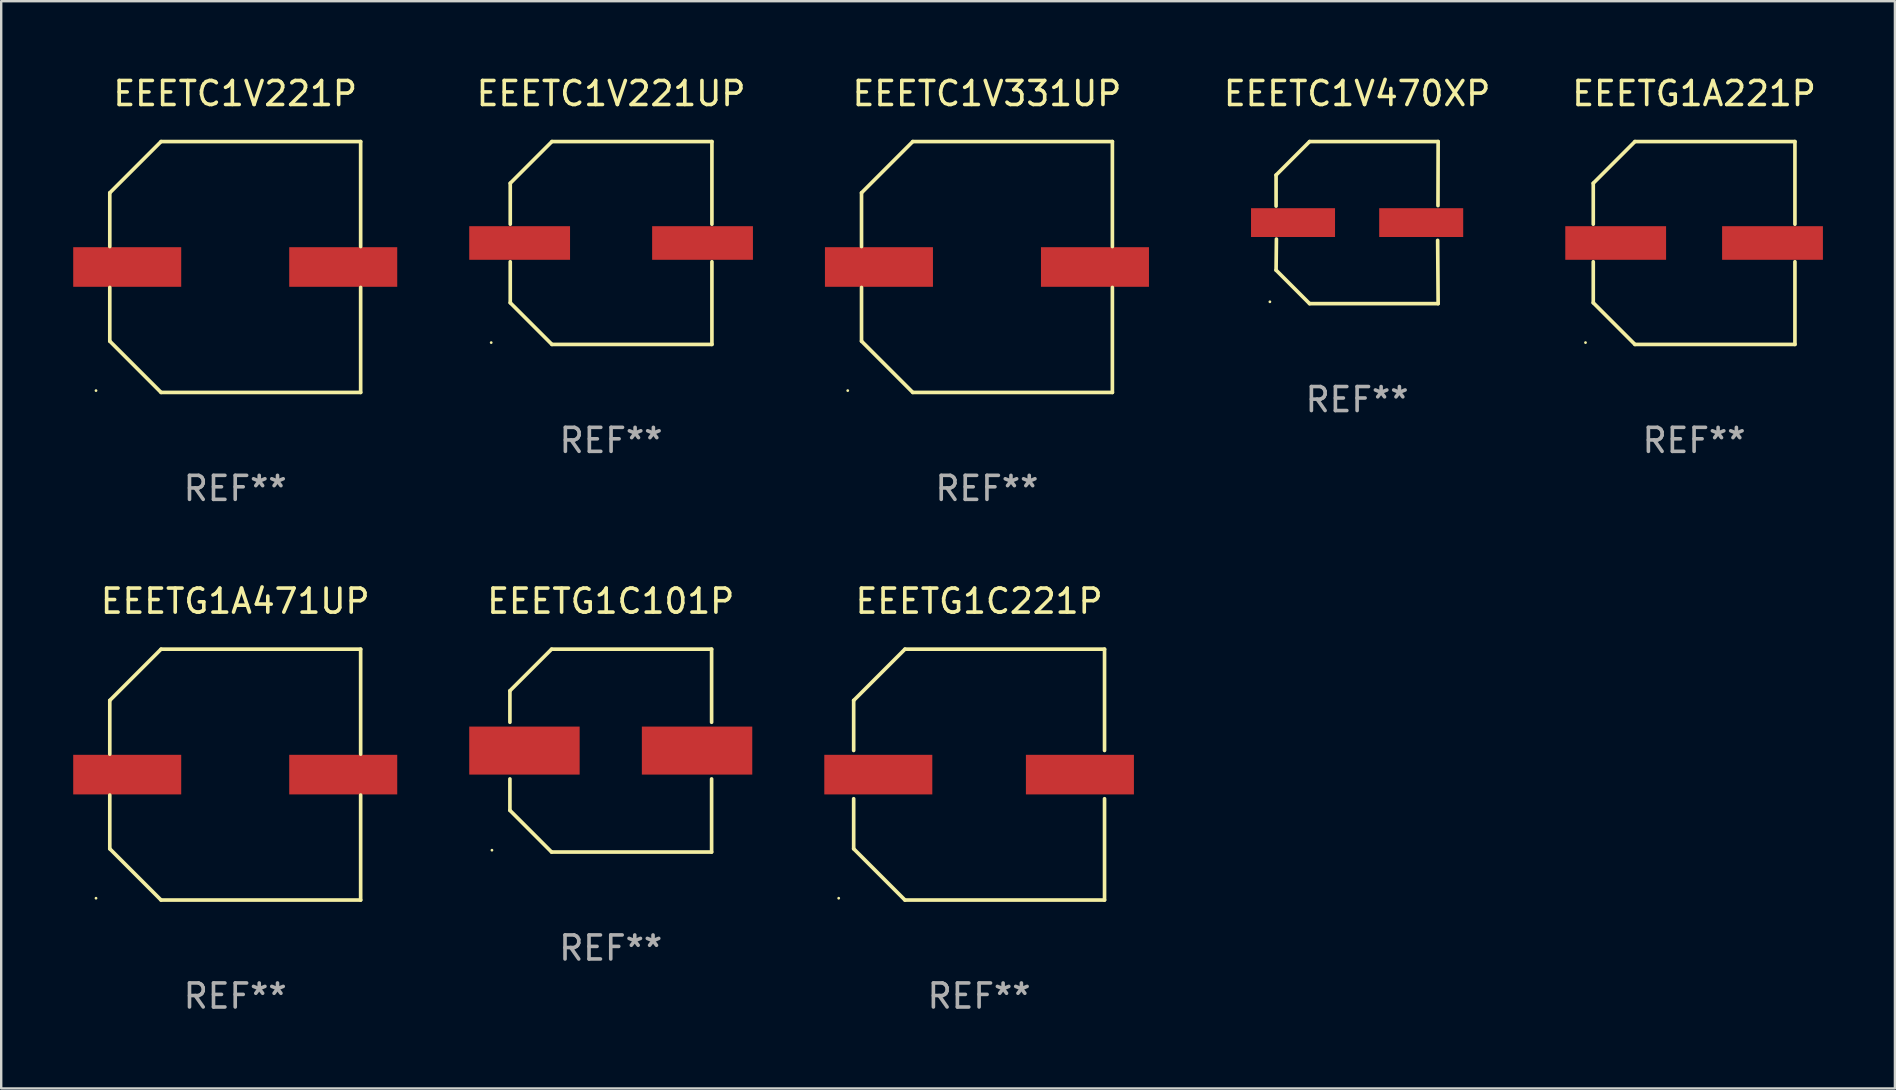
<source format=kicad_pcb>
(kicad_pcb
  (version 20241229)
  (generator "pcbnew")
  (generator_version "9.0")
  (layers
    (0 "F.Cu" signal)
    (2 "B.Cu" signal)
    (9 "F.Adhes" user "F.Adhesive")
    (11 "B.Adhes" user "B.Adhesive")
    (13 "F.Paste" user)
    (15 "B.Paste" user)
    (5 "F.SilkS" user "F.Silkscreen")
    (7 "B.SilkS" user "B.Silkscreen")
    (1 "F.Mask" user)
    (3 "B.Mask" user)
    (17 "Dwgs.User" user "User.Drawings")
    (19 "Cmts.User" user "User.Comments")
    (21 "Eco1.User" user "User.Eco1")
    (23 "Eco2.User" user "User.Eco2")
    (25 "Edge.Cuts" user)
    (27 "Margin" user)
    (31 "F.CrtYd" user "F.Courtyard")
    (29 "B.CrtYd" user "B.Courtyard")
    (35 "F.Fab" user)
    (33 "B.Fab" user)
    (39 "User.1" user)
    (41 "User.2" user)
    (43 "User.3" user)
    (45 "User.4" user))
  (footprint "EEETG1A471UP"
    (layer "F.Cu")
    (at 6.75 29.223)
    (property "Reference" "EEETG1A471UP" (at 0 -7.226 0) (layer "F.SilkS") (effects (font (size 1 1) (thickness 0.15))))
    (attr through_hole)
    (fp_line (start -5.226 -3.09) (end -5.226 -0.852) (stroke (width 0.152) (type solid)) (layer "F.SilkS"))
    (fp_line (start -5.226 3.09) (end -5.226 0.852) (stroke (width 0.152) (type solid)) (layer "F.SilkS"))
    (fp_line (start -3.09 -5.226) (end -5.226 -3.09) (stroke (width 0.152) (type solid)) (layer "F.SilkS"))
    (fp_line (start -3.09 5.226) (end -5.226 3.09) (stroke (width 0.152) (type solid)) (layer "F.SilkS"))
    (fp_line (start 5.226 -5.226) (end -3.09 -5.226) (stroke (width 0.152) (type solid)) (layer "F.SilkS"))
    (fp_line (start 5.226 -0.852) (end 5.226 -5.226) (stroke (width 0.152) (type solid)) (layer "F.SilkS"))
    (fp_line (start 5.226 0.852) (end 5.226 5.226) (stroke (width 0.152) (type solid)) (layer "F.SilkS"))
    (fp_line (start 5.226 5.226) (end -3.09 5.226) (stroke (width 0.152) (type solid)) (layer "F.SilkS"))
    (fp_circle (center -5.8 5.15) (end -5.77 5.15) (stroke (width 0.06) (type solid)) (fill no) (layer "F.SilkS"))
    (fp_text user "REF**" (at 0 9.226 0) (layer "F.Fab") (effects (font (size 1 1) (thickness 0.15))))
    (pad "1" smd rect (at -4.5 0) (size 4.5 1.65) (layers "F.Cu" "F.Mask" "F.Paste"))
    (pad "2" smd rect (at 4.5 0) (size 4.5 1.65) (layers "F.Cu" "F.Mask" "F.Paste")))
  (footprint "EEETC1V470XP"
    (layer "F.Cu")
    (at 53.492 6.224)
    (property "Reference" "EEETC1V470XP" (at 0 -5.376 0) (layer "F.SilkS") (effects (font (size 1 1) (thickness 0.15))))
    (attr through_hole)
    (fp_line (start -3.376 -1.98) (end -3.376 -0.686) (stroke (width 0.152) (type solid)) (layer "F.SilkS"))
    (fp_line (start -3.376 1.981) (end -3.362 0.686) (stroke (width 0.152) (type solid)) (layer "F.SilkS"))
    (fp_line (start -1.981 3.376) (end -3.376 1.981) (stroke (width 0.152) (type solid)) (layer "F.SilkS"))
    (fp_line (start -1.98 -3.376) (end -3.376 -1.98) (stroke (width 0.152) (type solid)) (layer "F.SilkS"))
    (fp_line (start 3.356 0.74) (end 3.376 3.376) (stroke (width 0.152) (type solid)) (layer "F.SilkS"))
    (fp_line (start 3.369 -0.707) (end 3.376 -3.376) (stroke (width 0.152) (type solid)) (layer "F.SilkS"))
    (fp_line (start 3.376 3.376) (end -1.981 3.376) (stroke (width 0.152) (type solid)) (layer "F.SilkS"))
    (fp_line (start 3.376 -3.376) (end -1.98 -3.376) (stroke (width 0.152) (type solid)) (layer "F.SilkS"))
    (fp_circle (center -3.634 3.3) (end -3.604 3.3) (stroke (width 0.06) (type solid)) (fill no) (layer "F.SilkS"))
    (fp_text user "REF**" (at 0 7.376 0) (layer "F.Fab") (effects (font (size 1 1) (thickness 0.15))))
    (pad "1" smd rect (at -2.67 0.000254) (size 3.5 1.2) (layers "F.Cu" "F.Mask" "F.Paste"))
    (pad "2" smd rect (at 2.67 0.000254) (size 3.5 1.2) (layers "F.Cu" "F.Mask" "F.Paste")))
  (footprint "EEETG1C101P"
    (layer "F.Cu")
    (at 22.396 28.223)
    (property "Reference" "EEETG1C101P" (at 0 -6.226 0) (layer "F.SilkS") (effects (font (size 1 1) (thickness 0.15))))
    (attr through_hole)
    (fp_line (start -4.201 -1.181) (end -4.201 -2.491) (stroke (width 0.152) (type solid)) (layer "F.SilkS"))
    (fp_line (start -4.201 2.489) (end -4.201 1.18) (stroke (width 0.152) (type solid)) (layer "F.SilkS"))
    (fp_line (start -2.465 -4.226) (end -4.202 -2.491) (stroke (width 0.152) (type solid)) (layer "F.SilkS"))
    (fp_line (start -2.465 4.226) (end -4.201 2.489) (stroke (width 0.152) (type solid)) (layer "F.SilkS"))
    (fp_line (start 4.201 4.226) (end -2.465 4.226) (stroke (width 0.152) (type solid)) (layer "F.SilkS"))
    (fp_line (start 4.202 -4.226) (end -2.465 -4.226) (stroke (width 0.152) (type solid)) (layer "F.SilkS"))
    (fp_line (start 4.202 -4.226) (end 4.202 -1.181) (stroke (width 0.152) (type solid)) (layer "F.SilkS"))
    (fp_line (start 4.202 1.18) (end 4.202 4.226) (stroke (width 0.152) (type solid)) (layer "F.SilkS"))
    (fp_circle (center -4.95 4.149) (end -4.92 4.149) (stroke (width 0.06) (type solid)) (fill no) (layer "F.SilkS"))
    (fp_text user "REF**" (at 0 8.226 0) (layer "F.Fab") (effects (font (size 1 1) (thickness 0.15))))
    (pad "1" smd rect (at -3.596 -0.001) (size 4.6 2) (layers "F.Cu" "F.Mask" "F.Paste"))
    (pad "2" smd rect (at 3.596 -0.001) (size 4.6 2) (layers "F.Cu" "F.Mask" "F.Paste")))
  (footprint "EEETG1A221P"
    (layer "F.Cu")
    (at 67.532 7.074)
    (property "Reference" "EEETG1A221P" (at 0 -6.226 0) (layer "F.SilkS") (effects (font (size 1 1) (thickness 0.15))))
    (attr through_hole)
    (fp_line (start -4.201 -2.49) (end -4.201 -0.782) (stroke (width 0.152) (type solid)) (layer "F.SilkS"))
    (fp_line (start -4.201 2.49) (end -4.201 0.782) (stroke (width 0.152) (type solid)) (layer "F.SilkS"))
    (fp_line (start -2.465 -4.226) (end -4.201 -2.49) (stroke (width 0.152) (type solid)) (layer "F.SilkS"))
    (fp_line (start -2.465 4.226) (end -4.201 2.49) (stroke (width 0.152) (type solid)) (layer "F.SilkS"))
    (fp_line (start 4.201 -4.226) (end -2.465 -4.226) (stroke (width 0.152) (type solid)) (layer "F.SilkS"))
    (fp_line (start 4.201 -0.782) (end 4.201 -4.226) (stroke (width 0.152) (type solid)) (layer "F.SilkS"))
    (fp_line (start 4.201 0.782) (end 4.201 4.226) (stroke (width 0.152) (type solid)) (layer "F.SilkS"))
    (fp_line (start 4.201 4.226) (end -2.465 4.226) (stroke (width 0.152) (type solid)) (layer "F.SilkS"))
    (fp_circle (center -4.524 4.15) (end -4.494 4.15) (stroke (width 0.06) (type solid)) (fill no) (layer "F.SilkS"))
    (fp_text user "REF**" (at 0 8.226 0) (layer "F.Fab") (effects (font (size 1 1) (thickness 0.15))))
    (pad "1" smd rect (at -3.267 0) (size 4.2 1.4) (layers "F.Cu" "F.Mask" "F.Paste"))
    (pad "2" smd rect (at 3.267 0) (size 4.2 1.4) (layers "F.Cu" "F.Mask" "F.Paste")))
  (footprint "EEETC1V221UP"
    (layer "F.Cu")
    (at 22.41 7.074)
    (property "Reference" "EEETC1V221UP" (at 0 -6.226 0) (layer "F.SilkS") (effects (font (size 1 1) (thickness 0.15))))
    (attr through_hole)
    (fp_line (start -4.201 -2.49) (end -4.201 -0.782) (stroke (width 0.152) (type solid)) (layer "F.SilkS"))
    (fp_line (start -4.201 2.49) (end -4.201 0.782) (stroke (width 0.152) (type solid)) (layer "F.SilkS"))
    (fp_line (start -2.465 -4.226) (end -4.201 -2.49) (stroke (width 0.152) (type solid)) (layer "F.SilkS"))
    (fp_line (start -2.465 4.226) (end -4.201 2.49) (stroke (width 0.152) (type solid)) (layer "F.SilkS"))
    (fp_line (start 4.201 -4.226) (end -2.465 -4.226) (stroke (width 0.152) (type solid)) (layer "F.SilkS"))
    (fp_line (start 4.201 -0.782) (end 4.201 -4.226) (stroke (width 0.152) (type solid)) (layer "F.SilkS"))
    (fp_line (start 4.201 0.782) (end 4.201 4.226) (stroke (width 0.152) (type solid)) (layer "F.SilkS"))
    (fp_line (start 4.201 4.226) (end -2.465 4.226) (stroke (width 0.152) (type solid)) (layer "F.SilkS"))
    (fp_circle (center -4.995 4.15) (end -4.965 4.15) (stroke (width 0.06) (type solid)) (fill no) (layer "F.SilkS"))
    (fp_text user "REF**" (at 0 8.226 0) (layer "F.Fab") (effects (font (size 1 1) (thickness 0.15))))
    (pad "1" smd rect (at -3.81 0.000025) (size 4.2 1.4) (layers "F.Cu" "F.Mask" "F.Paste"))
    (pad "2" smd rect (at 3.81 0.000025) (size 4.2 1.4) (layers "F.Cu" "F.Mask" "F.Paste")))
  (footprint "EEETC1V221P"
    (layer "F.Cu")
    (at 6.75 8.074)
    (property "Reference" "EEETC1V221P" (at 0 -7.226 0) (layer "F.SilkS") (effects (font (size 1 1) (thickness 0.15))))
    (attr through_hole)
    (fp_line (start -5.226 -3.09) (end -5.226 -0.852) (stroke (width 0.152) (type solid)) (layer "F.SilkS"))
    (fp_line (start -5.226 3.09) (end -5.226 0.852) (stroke (width 0.152) (type solid)) (layer "F.SilkS"))
    (fp_line (start -3.09 -5.226) (end -5.226 -3.09) (stroke (width 0.152) (type solid)) (layer "F.SilkS"))
    (fp_line (start -3.09 5.226) (end -5.226 3.09) (stroke (width 0.152) (type solid)) (layer "F.SilkS"))
    (fp_line (start 5.226 -5.226) (end -3.09 -5.226) (stroke (width 0.152) (type solid)) (layer "F.SilkS"))
    (fp_line (start 5.226 -0.852) (end 5.226 -5.226) (stroke (width 0.152) (type solid)) (layer "F.SilkS"))
    (fp_line (start 5.226 0.852) (end 5.226 5.226) (stroke (width 0.152) (type solid)) (layer "F.SilkS"))
    (fp_line (start 5.226 5.226) (end -3.09 5.226) (stroke (width 0.152) (type solid)) (layer "F.SilkS"))
    (fp_circle (center -5.8 5.15) (end -5.77 5.15) (stroke (width 0.06) (type solid)) (fill no) (layer "F.SilkS"))
    (fp_text user "REF**" (at 0 9.226 0) (layer "F.Fab") (effects (font (size 1 1) (thickness 0.15))))
    (pad "1" smd rect (at -4.5 0) (size 4.5 1.65) (layers "F.Cu" "F.Mask" "F.Paste"))
    (pad "2" smd rect (at 4.5 0) (size 4.5 1.65) (layers "F.Cu" "F.Mask" "F.Paste")))
  (footprint "EEETC1V331UP"
    (layer "F.Cu")
    (at 38.07 8.074)
    (property "Reference" "EEETC1V331UP" (at 0 -7.226 0) (layer "F.SilkS") (effects (font (size 1 1) (thickness 0.15))))
    (attr through_hole)
    (fp_line (start -5.226 -3.09) (end -5.226 -0.852) (stroke (width 0.152) (type solid)) (layer "F.SilkS"))
    (fp_line (start -5.226 3.09) (end -5.226 0.852) (stroke (width 0.152) (type solid)) (layer "F.SilkS"))
    (fp_line (start -3.09 -5.226) (end -5.226 -3.09) (stroke (width 0.152) (type solid)) (layer "F.SilkS"))
    (fp_line (start -3.09 5.226) (end -5.226 3.09) (stroke (width 0.152) (type solid)) (layer "F.SilkS"))
    (fp_line (start 5.226 -5.226) (end -3.09 -5.226) (stroke (width 0.152) (type solid)) (layer "F.SilkS"))
    (fp_line (start 5.226 -0.852) (end 5.226 -5.226) (stroke (width 0.152) (type solid)) (layer "F.SilkS"))
    (fp_line (start 5.226 0.852) (end 5.226 5.226) (stroke (width 0.152) (type solid)) (layer "F.SilkS"))
    (fp_line (start 5.226 5.226) (end -3.09 5.226) (stroke (width 0.152) (type solid)) (layer "F.SilkS"))
    (fp_circle (center -5.8 5.15) (end -5.77 5.15) (stroke (width 0.06) (type solid)) (fill no) (layer "F.SilkS"))
    (fp_text user "REF**" (at 0 9.226 0) (layer "F.Fab") (effects (font (size 1 1) (thickness 0.15))))
    (pad "1" smd rect (at -4.5 0) (size 4.5 1.65) (layers "F.Cu" "F.Mask" "F.Paste"))
    (pad "2" smd rect (at 4.5 0) (size 4.5 1.65) (layers "F.Cu" "F.Mask" "F.Paste")))
  (footprint "EEETG1C221P"
    (layer "F.Cu")
    (at 37.743 29.223)
    (property "Reference" "EEETG1C221P" (at 0 -7.226 0) (layer "F.SilkS") (effects (font (size 1 1) (thickness 0.15))))
    (attr through_hole)
    (fp_line (start -5.226 -3.09) (end -5.226 -1.005) (stroke (width 0.152) (type solid)) (layer "F.SilkS"))
    (fp_line (start -5.226 1.005) (end -5.226 3.09) (stroke (width 0.152) (type solid)) (layer "F.SilkS"))
    (fp_line (start -3.09 -5.226) (end -5.226 -3.09) (stroke (width 0.152) (type solid)) (layer "F.SilkS"))
    (fp_line (start -3.09 5.226) (end -5.226 3.09) (stroke (width 0.152) (type solid)) (layer "F.SilkS"))
    (fp_line (start 5.226 -5.226) (end -3.09 -5.226) (stroke (width 0.152) (type solid)) (layer "F.SilkS"))
    (fp_line (start 5.226 -5.226) (end 5.226 -1.005) (stroke (width 0.152) (type solid)) (layer "F.SilkS"))
    (fp_line (start 5.226 1.005) (end 5.226 5.226) (stroke (width 0.152) (type solid)) (layer "F.SilkS"))
    (fp_line (start 5.226 5.226) (end -3.09 5.226) (stroke (width 0.152) (type solid)) (layer "F.SilkS"))
    (fp_circle (center -5.85 5.15) (end -5.82 5.15) (stroke (width 0.06) (type solid)) (fill no) (layer "F.SilkS"))
    (fp_text user "REF**" (at 0 9.226 0) (layer "F.Fab") (effects (font (size 1 1) (thickness 0.15))))
    (pad "1" smd rect (at -4.2 0.000292) (size 4.5 1.65) (layers "F.Cu" "F.Mask" "F.Paste"))
    (pad "2" smd rect (at 4.2 0.000292) (size 4.5 1.65) (layers "F.Cu" "F.Mask" "F.Paste")))
  (gr_rect
    (start -3 -3)
    (end 75.899 42.298)
    (stroke (width 0.1) (type default))
    (fill no)
    (layer "Edge.Cuts")))
</source>
